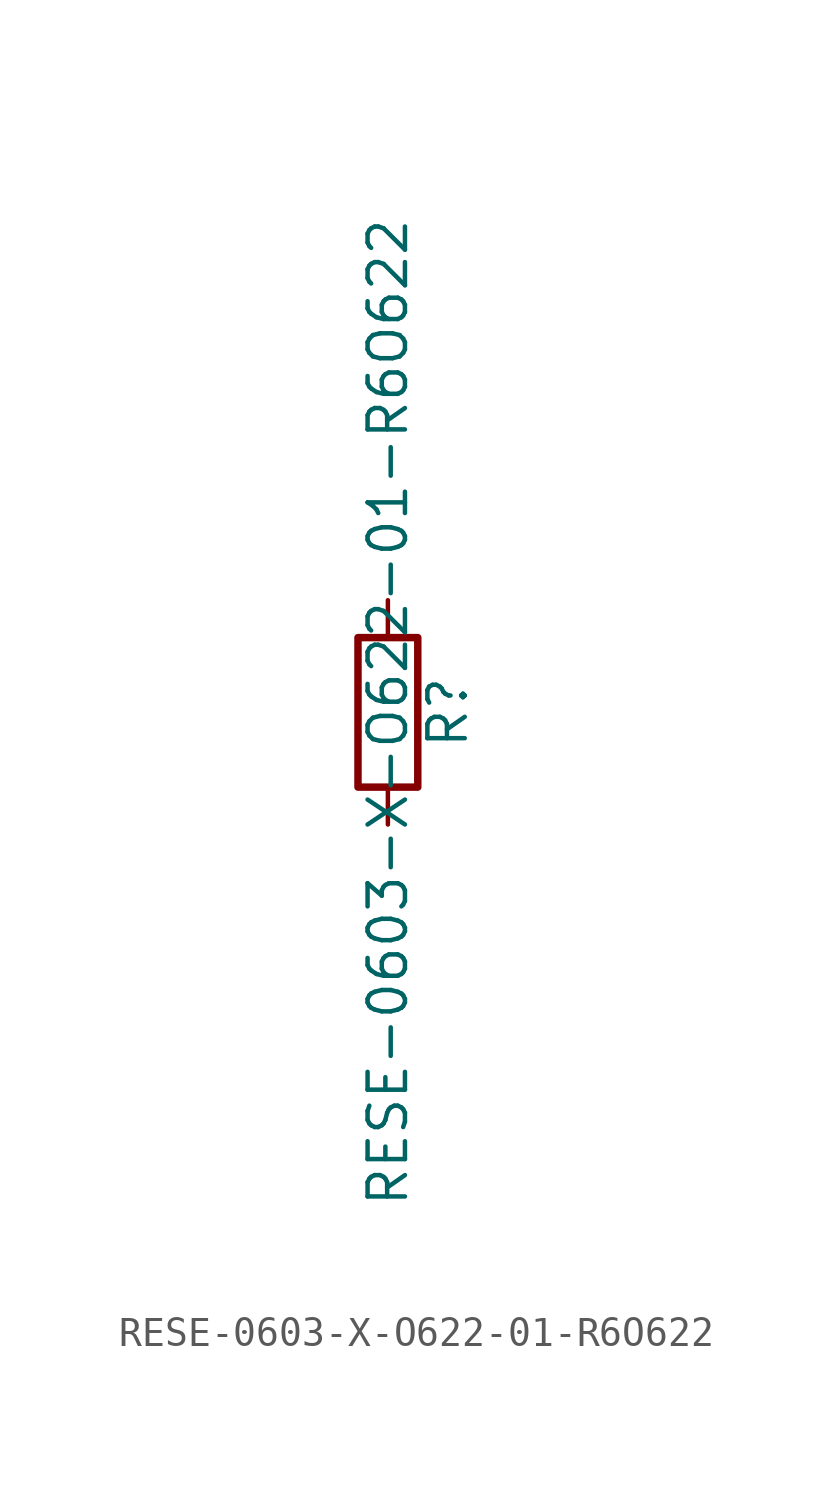
<source format=kicad_sym>
(kicad_symbol_lib
  (version 20211014)
  (generator kicad_symbol_editor)
  (symbol "RESE-0603-X-O622-01-R6O622"
    (pin_numbers hide)
    (pin_names
      (offset 0))
    (property "Reference" "R"
      (at 2.032 0 90)
      (effects (font (size 1.27 1.27))))
    (property "Value" "RESE-0603-X-O622-01-R6O622"
      (at 0 0 90)
      (effects (font (size 1.27 1.27))))
    (symbol "RESE-0603-X-O622-01-R6O622_0_1"
      (rectangle (start -1.016 -2.54) (end 1.016 2.54) (stroke (width 0.254) (type default) (color 0 0 0 0)) (fill (type none))))
    (symbol "RESE-0603-X-O622-01-R6O622_1_1"
      (pin passive line (at 0 3.81 270) (length 1.27) (name "~" (effects (font (size 1.27 1.27)))) (number "1" (effects (font (size 1.27 1.27)))))
      (pin passive line (at 0 -3.81 90) (length 1.27) (name "~" (effects (font (size 1.27 1.27)))) (number "2" (effects (font (size 1.27 1.27))))))))
</source>
